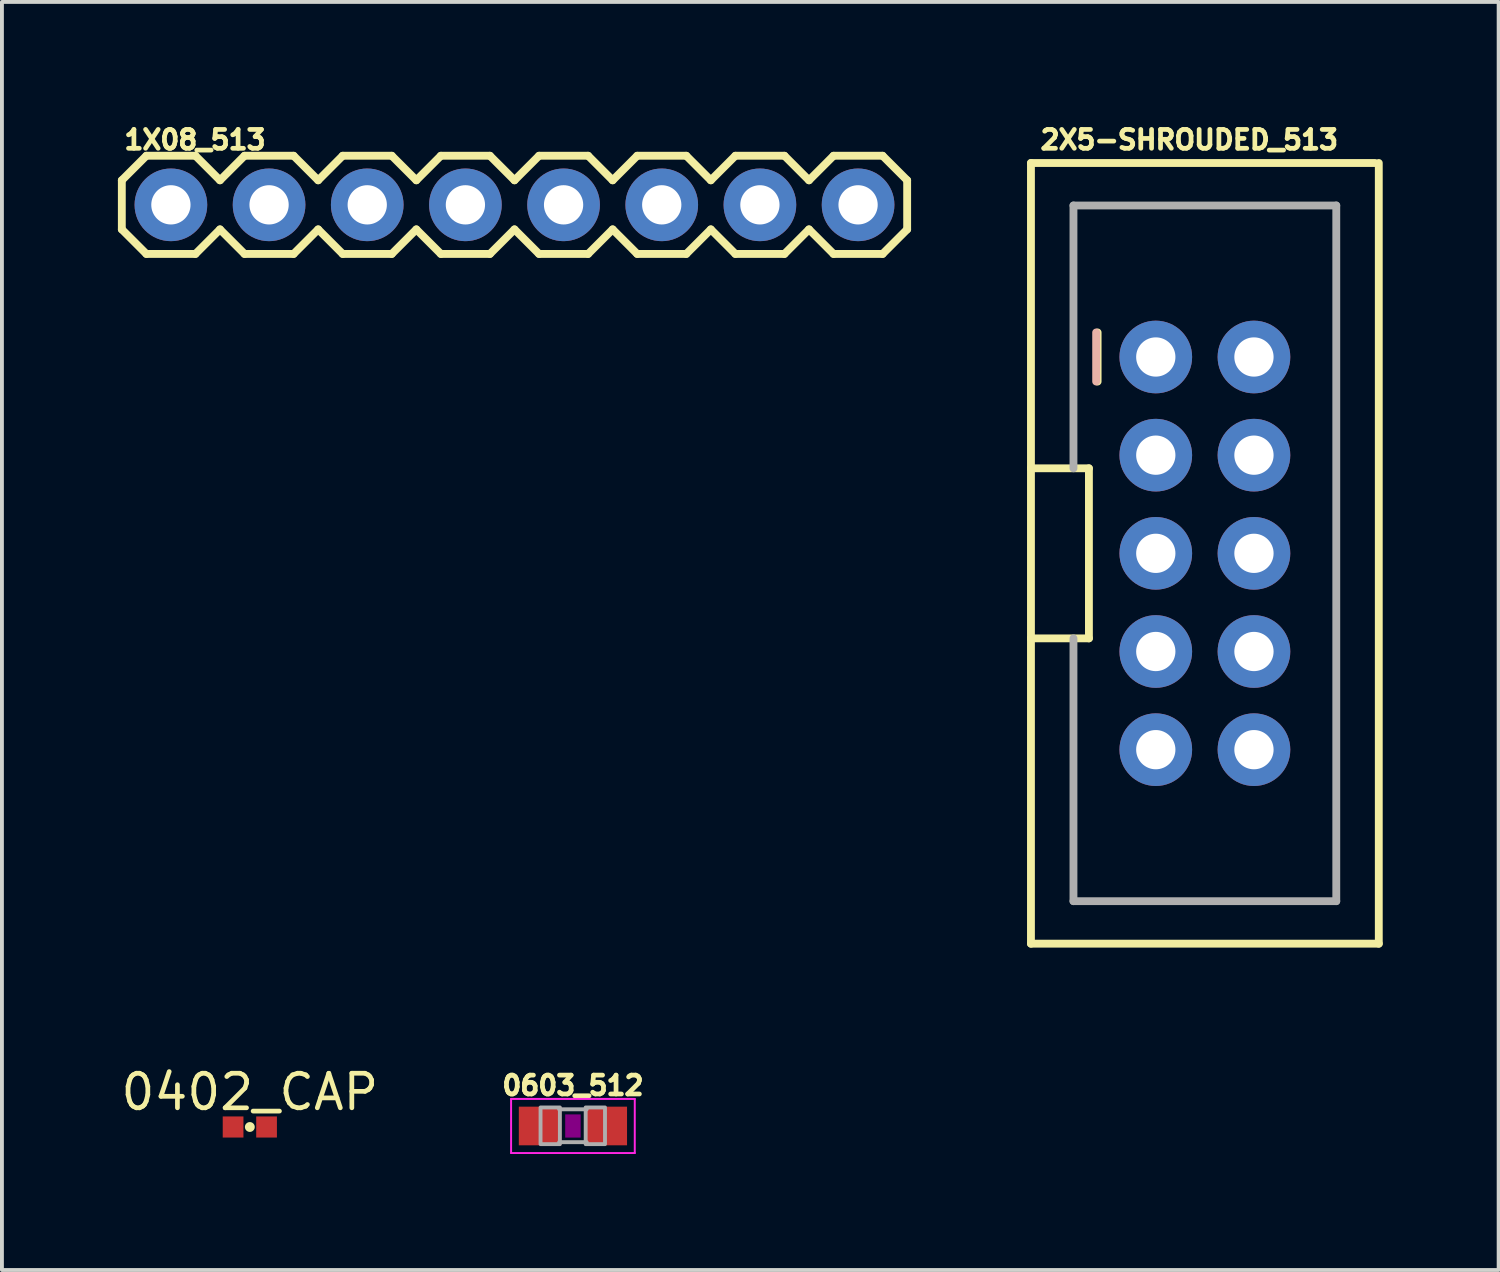
<source format=kicad_pcb>
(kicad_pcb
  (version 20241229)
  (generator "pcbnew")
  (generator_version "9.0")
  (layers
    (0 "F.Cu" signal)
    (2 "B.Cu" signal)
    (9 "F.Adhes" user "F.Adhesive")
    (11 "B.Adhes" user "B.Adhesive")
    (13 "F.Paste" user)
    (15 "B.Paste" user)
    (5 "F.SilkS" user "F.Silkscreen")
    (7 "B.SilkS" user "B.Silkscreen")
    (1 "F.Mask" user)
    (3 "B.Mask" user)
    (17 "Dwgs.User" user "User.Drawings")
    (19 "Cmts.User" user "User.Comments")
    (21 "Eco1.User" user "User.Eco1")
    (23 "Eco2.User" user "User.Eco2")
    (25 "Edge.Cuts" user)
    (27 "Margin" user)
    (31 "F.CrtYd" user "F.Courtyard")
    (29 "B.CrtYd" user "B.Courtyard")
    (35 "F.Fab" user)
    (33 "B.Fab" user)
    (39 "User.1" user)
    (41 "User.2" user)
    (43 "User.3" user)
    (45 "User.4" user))
  (footprint "1X08_513"
    (layer "F.Cu")
    (at 1.372 2.25)
    (property "Reference" "1X08_513" (at -1.27 -1.397 0) (unlocked yes) (layer "F.SilkS") (effects (font (size 0.488 0.488) (thickness 0.122)) (justify left bottom)))
    (fp_line (start -1.27 -0.635) (end -1.27 0.635) (stroke (width 0.203) (type solid)) (layer "F.SilkS"))
    (fp_line (start -1.27 0.635) (end -0.635 1.27) (stroke (width 0.203) (type solid)) (layer "F.SilkS"))
    (fp_line (start -0.635 -1.27) (end -1.27 -0.635) (stroke (width 0.203) (type solid)) (layer "F.SilkS"))
    (fp_line (start -0.635 -1.27) (end 0.635 -1.27) (stroke (width 0.203) (type solid)) (layer "F.SilkS"))
    (fp_line (start 0.635 -1.27) (end 1.27 -0.635) (stroke (width 0.203) (type solid)) (layer "F.SilkS"))
    (fp_line (start 0.635 1.27) (end -0.635 1.27) (stroke (width 0.203) (type solid)) (layer "F.SilkS"))
    (fp_line (start 1.27 -0.635) (end 1.905 -1.27) (stroke (width 0.203) (type solid)) (layer "F.SilkS"))
    (fp_line (start 1.27 0.635) (end 0.635 1.27) (stroke (width 0.203) (type solid)) (layer "F.SilkS"))
    (fp_line (start 1.905 -1.27) (end 3.175 -1.27) (stroke (width 0.203) (type solid)) (layer "F.SilkS"))
    (fp_line (start 1.905 1.27) (end 1.27 0.635) (stroke (width 0.203) (type solid)) (layer "F.SilkS"))
    (fp_line (start 3.175 -1.27) (end 3.81 -0.635) (stroke (width 0.203) (type solid)) (layer "F.SilkS"))
    (fp_line (start 3.175 1.27) (end 1.905 1.27) (stroke (width 0.203) (type solid)) (layer "F.SilkS"))
    (fp_line (start 3.81 -0.635) (end 4.445 -1.27) (stroke (width 0.203) (type solid)) (layer "F.SilkS"))
    (fp_line (start 3.81 0.635) (end 3.175 1.27) (stroke (width 0.203) (type solid)) (layer "F.SilkS"))
    (fp_line (start 4.445 -1.27) (end 5.715 -1.27) (stroke (width 0.203) (type solid)) (layer "F.SilkS"))
    (fp_line (start 4.445 1.27) (end 3.81 0.635) (stroke (width 0.203) (type solid)) (layer "F.SilkS"))
    (fp_line (start 5.715 -1.27) (end 6.35 -0.635) (stroke (width 0.203) (type solid)) (layer "F.SilkS"))
    (fp_line (start 5.715 1.27) (end 4.445 1.27) (stroke (width 0.203) (type solid)) (layer "F.SilkS"))
    (fp_line (start 6.35 0.635) (end 5.715 1.27) (stroke (width 0.203) (type solid)) (layer "F.SilkS"))
    (fp_line (start 6.35 0.635) (end 6.985 1.27) (stroke (width 0.203) (type solid)) (layer "F.SilkS"))
    (fp_line (start 6.985 -1.27) (end 6.35 -0.635) (stroke (width 0.203) (type solid)) (layer "F.SilkS"))
    (fp_line (start 6.985 -1.27) (end 8.255 -1.27) (stroke (width 0.203) (type solid)) (layer "F.SilkS"))
    (fp_line (start 8.255 -1.27) (end 8.89 -0.635) (stroke (width 0.203) (type solid)) (layer "F.SilkS"))
    (fp_line (start 8.255 1.27) (end 6.985 1.27) (stroke (width 0.203) (type solid)) (layer "F.SilkS"))
    (fp_line (start 8.89 -0.635) (end 9.525 -1.27) (stroke (width 0.203) (type solid)) (layer "F.SilkS"))
    (fp_line (start 8.89 0.635) (end 8.255 1.27) (stroke (width 0.203) (type solid)) (layer "F.SilkS"))
    (fp_line (start 9.525 -1.27) (end 10.795 -1.27) (stroke (width 0.203) (type solid)) (layer "F.SilkS"))
    (fp_line (start 9.525 1.27) (end 8.89 0.635) (stroke (width 0.203) (type solid)) (layer "F.SilkS"))
    (fp_line (start 10.795 -1.27) (end 11.43 -0.635) (stroke (width 0.203) (type solid)) (layer "F.SilkS"))
    (fp_line (start 10.795 1.27) (end 9.525 1.27) (stroke (width 0.203) (type solid)) (layer "F.SilkS"))
    (fp_line (start 11.43 -0.635) (end 12.065 -1.27) (stroke (width 0.203) (type solid)) (layer "F.SilkS"))
    (fp_line (start 11.43 0.635) (end 10.795 1.27) (stroke (width 0.203) (type solid)) (layer "F.SilkS"))
    (fp_line (start 12.065 -1.27) (end 13.335 -1.27) (stroke (width 0.203) (type solid)) (layer "F.SilkS"))
    (fp_line (start 12.065 1.27) (end 11.43 0.635) (stroke (width 0.203) (type solid)) (layer "F.SilkS"))
    (fp_line (start 13.335 -1.27) (end 13.97 -0.635) (stroke (width 0.203) (type solid)) (layer "F.SilkS"))
    (fp_line (start 13.335 1.27) (end 12.065 1.27) (stroke (width 0.203) (type solid)) (layer "F.SilkS"))
    (fp_line (start 13.97 0.635) (end 13.335 1.27) (stroke (width 0.203) (type solid)) (layer "F.SilkS"))
    (fp_line (start 13.97 0.635) (end 14.605 1.27) (stroke (width 0.203) (type solid)) (layer "F.SilkS"))
    (fp_line (start 14.605 -1.27) (end 13.97 -0.635) (stroke (width 0.203) (type solid)) (layer "F.SilkS"))
    (fp_line (start 14.605 -1.27) (end 15.875 -1.27) (stroke (width 0.203) (type solid)) (layer "F.SilkS"))
    (fp_line (start 15.875 -1.27) (end 16.51 -0.635) (stroke (width 0.203) (type solid)) (layer "F.SilkS"))
    (fp_line (start 15.875 1.27) (end 14.605 1.27) (stroke (width 0.203) (type solid)) (layer "F.SilkS"))
    (fp_line (start 16.51 0.635) (end 15.875 1.27) (stroke (width 0.203) (type solid)) (layer "F.SilkS"))
    (fp_line (start 16.51 0.635) (end 17.145 1.27) (stroke (width 0.203) (type solid)) (layer "F.SilkS"))
    (fp_line (start 17.145 -1.27) (end 16.51 -0.635) (stroke (width 0.203) (type solid)) (layer "F.SilkS"))
    (fp_line (start 17.145 -1.27) (end 18.415 -1.27) (stroke (width 0.203) (type solid)) (layer "F.SilkS"))
    (fp_line (start 18.415 -1.27) (end 19.05 -0.635) (stroke (width 0.203) (type solid)) (layer "F.SilkS"))
    (fp_line (start 18.415 1.27) (end 17.145 1.27) (stroke (width 0.203) (type solid)) (layer "F.SilkS"))
    (fp_line (start 19.05 -0.635) (end 19.05 0.635) (stroke (width 0.203) (type solid)) (layer "F.SilkS"))
    (fp_line (start 19.05 0.635) (end 18.415 1.27) (stroke (width 0.203) (type solid)) (layer "F.SilkS"))
    (fp_poly (pts (xy -0.254 0.254) (xy 0.254 0.254) (xy 0.254 -0.254) (xy -0.254 -0.254)) (stroke (width 0.1) (type default)) (fill no) (layer "F.Fab"))
    (fp_poly (pts (xy 2.286 0.254) (xy 2.794 0.254) (xy 2.794 -0.254) (xy 2.286 -0.254)) (stroke (width 0.1) (type default)) (fill no) (layer "F.Fab"))
    (fp_poly (pts (xy 4.826 0.254) (xy 5.334 0.254) (xy 5.334 -0.254) (xy 4.826 -0.254)) (stroke (width 0.1) (type default)) (fill no) (layer "F.Fab"))
    (fp_poly (pts (xy 7.366 0.254) (xy 7.874 0.254) (xy 7.874 -0.254) (xy 7.366 -0.254)) (stroke (width 0.1) (type default)) (fill no) (layer "F.Fab"))
    (fp_poly (pts (xy 9.906 0.254) (xy 10.414 0.254) (xy 10.414 -0.254) (xy 9.906 -0.254)) (stroke (width 0.1) (type default)) (fill no) (layer "F.Fab"))
    (fp_poly (pts (xy 12.446 0.254) (xy 12.954 0.254) (xy 12.954 -0.254) (xy 12.446 -0.254)) (stroke (width 0.1) (type default)) (fill no) (layer "F.Fab"))
    (fp_poly (pts (xy 14.986 0.254) (xy 15.494 0.254) (xy 15.494 -0.254) (xy 14.986 -0.254)) (stroke (width 0.1) (type default)) (fill no) (layer "F.Fab"))
    (fp_poly (pts (xy 17.526 0.254) (xy 18.034 0.254) (xy 18.034 -0.254) (xy 17.526 -0.254)) (stroke (width 0.1) (type default)) (fill no) (layer "F.Fab"))
    (pad "1" thru_hole circle (at 0 0 90) (size 1.88 1.88) (drill 1.016) (layers "*.Cu" "*.Mask"))
    (pad "2" thru_hole circle (at 2.54 0 90) (size 1.88 1.88) (drill 1.016) (layers "*.Cu" "*.Mask"))
    (pad "3" thru_hole circle (at 5.08 0 90) (size 1.88 1.88) (drill 1.016) (layers "*.Cu" "*.Mask"))
    (pad "4" thru_hole circle (at 7.62 0 90) (size 1.88 1.88) (drill 1.016) (layers "*.Cu" "*.Mask"))
    (pad "5" thru_hole circle (at 10.16 0 90) (size 1.88 1.88) (drill 1.016) (layers "*.Cu" "*.Mask"))
    (pad "6" thru_hole circle (at 12.7 0 90) (size 1.88 1.88) (drill 1.016) (layers "*.Cu" "*.Mask"))
    (pad "7" thru_hole circle (at 15.24 0 90) (size 1.88 1.88) (drill 1.016) (layers "*.Cu" "*.Mask"))
    (pad "8" thru_hole circle (at 17.78 0 90) (size 1.88 1.88) (drill 1.016) (layers "*.Cu" "*.Mask")))
  (footprint "2X5-SHROUDED_513"
    (layer "F.Cu")
    (at 28.125 11.267)
    (property "Reference" "2X5-SHROUDED_513" (at -4.318 -10.414 0) (unlocked yes) (layer "F.SilkS") (effects (font (size 0.488 0.488) (thickness 0.122)) (justify left bottom)))
    (fp_line (start -4.5 -10.1) (end 4.4 -10.1) (stroke (width 0.203) (type solid)) (layer "F.SilkS"))
    (fp_line (start -4.5 -2.2) (end -4.5 -10.1) (stroke (width 0.203) (type solid)) (layer "F.SilkS"))
    (fp_line (start -4.5 -2.2) (end -3 -2.2) (stroke (width 0.203) (type solid)) (layer "F.SilkS"))
    (fp_line (start -4.5 2.2) (end -4.5 -2.2) (stroke (width 0.203) (type solid)) (layer "F.SilkS"))
    (fp_line (start -4.5 10.1) (end -4.5 2.2) (stroke (width 0.203) (type solid)) (layer "F.SilkS"))
    (fp_line (start -3 -2.2) (end -3 2.2) (stroke (width 0.203) (type solid)) (layer "F.SilkS"))
    (fp_line (start -3 2.2) (end -4.5 2.2) (stroke (width 0.203) (type solid)) (layer "F.SilkS"))
    (fp_line (start -2.775 -5.715) (end -2.775 -4.445) (stroke (width 0.203) (type solid)) (layer "F.SilkS"))
    (fp_line (start 4.5 -10.1) (end 4.5 10.1) (stroke (width 0.203) (type solid)) (layer "F.SilkS"))
    (fp_line (start 4.5 10.1) (end -4.5 10.1) (stroke (width 0.203) (type solid)) (layer "F.SilkS"))
    (fp_line (start -2.813 -5.715) (end -2.813 -4.445) (stroke (width 0.203) (type solid)) (layer "B.SilkS"))
    (fp_line (start -3.4 -9) (end -3.4 -2.2) (stroke (width 0.203) (type solid)) (layer "F.Fab"))
    (fp_line (start -3.4 -9) (end 3.4 -9) (stroke (width 0.203) (type solid)) (layer "F.Fab"))
    (fp_line (start -3.4 9) (end -3.4 2.2) (stroke (width 0.203) (type solid)) (layer "F.Fab"))
    (fp_line (start -3.4 9) (end 3.4 9) (stroke (width 0.203) (type solid)) (layer "F.Fab"))
    (fp_line (start 3.4 -9) (end 3.4 9) (stroke (width 0.203) (type solid)) (layer "F.Fab"))
    (fp_poly (pts (xy -1.524 -4.826) (xy -1.016 -4.826) (xy -1.016 -5.334) (xy -1.524 -5.334)) (stroke (width 0.1) (type default)) (fill no) (layer "F.Fab"))
    (fp_poly (pts (xy -1.524 -2.286) (xy -1.016 -2.286) (xy -1.016 -2.794) (xy -1.524 -2.794)) (stroke (width 0.1) (type default)) (fill no) (layer "F.Fab"))
    (fp_poly (pts (xy -1.524 0.254) (xy -1.016 0.254) (xy -1.016 -0.254) (xy -1.524 -0.254)) (stroke (width 0.1) (type default)) (fill no) (layer "F.Fab"))
    (fp_poly (pts (xy -1.524 2.794) (xy -1.016 2.794) (xy -1.016 2.286) (xy -1.524 2.286)) (stroke (width 0.1) (type default)) (fill no) (layer "F.Fab"))
    (fp_poly (pts (xy -1.524 2.794) (xy -1.016 2.794) (xy -1.016 2.286) (xy -1.524 2.286)) (stroke (width 0.1) (type default)) (fill no) (layer "F.Fab"))
    (fp_poly (pts (xy -1.524 5.334) (xy -1.016 5.334) (xy -1.016 4.826) (xy -1.524 4.826)) (stroke (width 0.1) (type default)) (fill no) (layer "F.Fab"))
    (fp_poly (pts (xy 1.016 -4.826) (xy 1.524 -4.826) (xy 1.524 -5.334) (xy 1.016 -5.334)) (stroke (width 0.1) (type default)) (fill no) (layer "F.Fab"))
    (fp_poly (pts (xy 1.016 -2.286) (xy 1.524 -2.286) (xy 1.524 -2.794) (xy 1.016 -2.794)) (stroke (width 0.1) (type default)) (fill no) (layer "F.Fab"))
    (fp_poly (pts (xy 1.016 0.254) (xy 1.524 0.254) (xy 1.524 -0.254) (xy 1.016 -0.254)) (stroke (width 0.1) (type default)) (fill no) (layer "F.Fab"))
    (fp_poly (pts (xy 1.016 2.794) (xy 1.524 2.794) (xy 1.524 2.286) (xy 1.016 2.286)) (stroke (width 0.1) (type default)) (fill no) (layer "F.Fab"))
    (fp_poly (pts (xy 1.016 2.794) (xy 1.524 2.794) (xy 1.524 2.286) (xy 1.016 2.286)) (stroke (width 0.1) (type default)) (fill no) (layer "F.Fab"))
    (fp_poly (pts (xy 1.016 5.334) (xy 1.524 5.334) (xy 1.524 4.826) (xy 1.016 4.826)) (stroke (width 0.1) (type default)) (fill no) (layer "F.Fab"))
    (pad "1" thru_hole circle (at -1.27 -5.08 270) (size 1.88 1.88) (drill 1.016) (layers "*.Cu" "*.Mask"))
    (pad "2" thru_hole circle (at 1.27 -5.08 270) (size 1.88 1.88) (drill 1.016) (layers "*.Cu" "*.Mask"))
    (pad "3" thru_hole circle (at -1.27 -2.54 270) (size 1.88 1.88) (drill 1.016) (layers "*.Cu" "*.Mask"))
    (pad "4" thru_hole circle (at 1.27 -2.54 270) (size 1.88 1.88) (drill 1.016) (layers "*.Cu" "*.Mask"))
    (pad "5" thru_hole circle (at -1.27 0 270) (size 1.88 1.88) (drill 1.016) (layers "*.Cu" "*.Mask"))
    (pad "6" thru_hole circle (at 1.27 0 270) (size 1.88 1.88) (drill 1.016) (layers "*.Cu" "*.Mask"))
    (pad "7" thru_hole circle (at -1.27 2.54 270) (size 1.88 1.88) (drill 1.016) (layers "*.Cu" "*.Mask"))
    (pad "8" thru_hole circle (at 1.27 2.54 270) (size 1.88 1.88) (drill 1.016) (layers "*.Cu" "*.Mask"))
    (pad "9" thru_hole circle (at -1.27 5.08 270) (size 1.88 1.88) (drill 1.016) (layers "*.Cu" "*.Mask"))
    (pad "10" thru_hole circle (at 1.27 5.08 270) (size 1.88 1.88) (drill 1.016) (layers "*.Cu" "*.Mask")))
  (footprint "0402_CAP"
    (layer "F.Cu")
    (at 3.414 26.11)
    (property "Reference" "0402_CAP" (at 0 -0.381 0) (unlocked yes) (layer "F.SilkS") (effects (font (size 0.894 0.894) (thickness 0.122)) (justify bottom)))
    (fp_circle (center 0 0) (end 0.064 0) (stroke (width 0.127) (type solid)) (fill yes) (layer "F.SilkS"))
    (pad "1" smd rect (at -0.433 0) (size 0.536 0.546) (layers "F.Cu" "F.Mask" "F.Paste"))
    (pad "2" smd rect (at 0.433 0) (size 0.536 0.546) (layers "F.Cu" "F.Mask" "F.Paste")))
  (footprint "0603_512"
    (layer "F.Cu")
    (at 11.774 26.084)
    (property "Reference" "0603_512" (at 0 -0.762 0) (unlocked yes) (layer "F.SilkS") (effects (font (size 0.488 0.488) (thickness 0.122)) (justify bottom)))
    (fp_poly (pts (xy -0.2 0.3) (xy 0.2 0.3) (xy 0.2 -0.3) (xy -0.2 -0.3)) (stroke (width 0) (type default)) (fill yes) (layer "F.Adhes"))
    (fp_line (start -1.6 -0.7) (end 1.6 -0.7) (stroke (width 0.051) (type solid)) (layer "F.CrtYd"))
    (fp_line (start -1.6 0.7) (end -1.6 -0.7) (stroke (width 0.051) (type solid)) (layer "F.CrtYd"))
    (fp_line (start 1.6 -0.7) (end 1.6 0.7) (stroke (width 0.051) (type solid)) (layer "F.CrtYd"))
    (fp_line (start 1.6 0.7) (end -1.6 0.7) (stroke (width 0.051) (type solid)) (layer "F.CrtYd"))
    (fp_line (start -0.356 -0.432) (end 0.356 -0.432) (stroke (width 0.102) (type solid)) (layer "F.Fab"))
    (fp_line (start -0.356 0.419) (end 0.356 0.419) (stroke (width 0.102) (type solid)) (layer "F.Fab"))
    (fp_poly (pts (xy -0.838 0.47) (xy -0.338 0.47) (xy -0.338 -0.48) (xy -0.838 -0.48)) (stroke (width 0.1) (type default)) (fill no) (layer "F.Fab"))
    (fp_poly (pts (xy 0.33 0.47) (xy 0.83 0.47) (xy 0.83 -0.48) (xy 0.33 -0.48)) (stroke (width 0.1) (type default)) (fill no) (layer "F.Fab"))
    (pad "1" smd rect (at -0.85 0) (size 1.1 1) (layers "F.Cu" "F.Mask" "F.Paste"))
    (pad "2" smd rect (at 0.85 0) (size 1.1 1) (layers "F.Cu" "F.Mask" "F.Paste")))
  (gr_rect
    (start -3 -3)
    (end 35.726 29.81)
    (stroke (width 0.1) (type default))
    (fill no)
    (layer "Edge.Cuts")))
</source>
